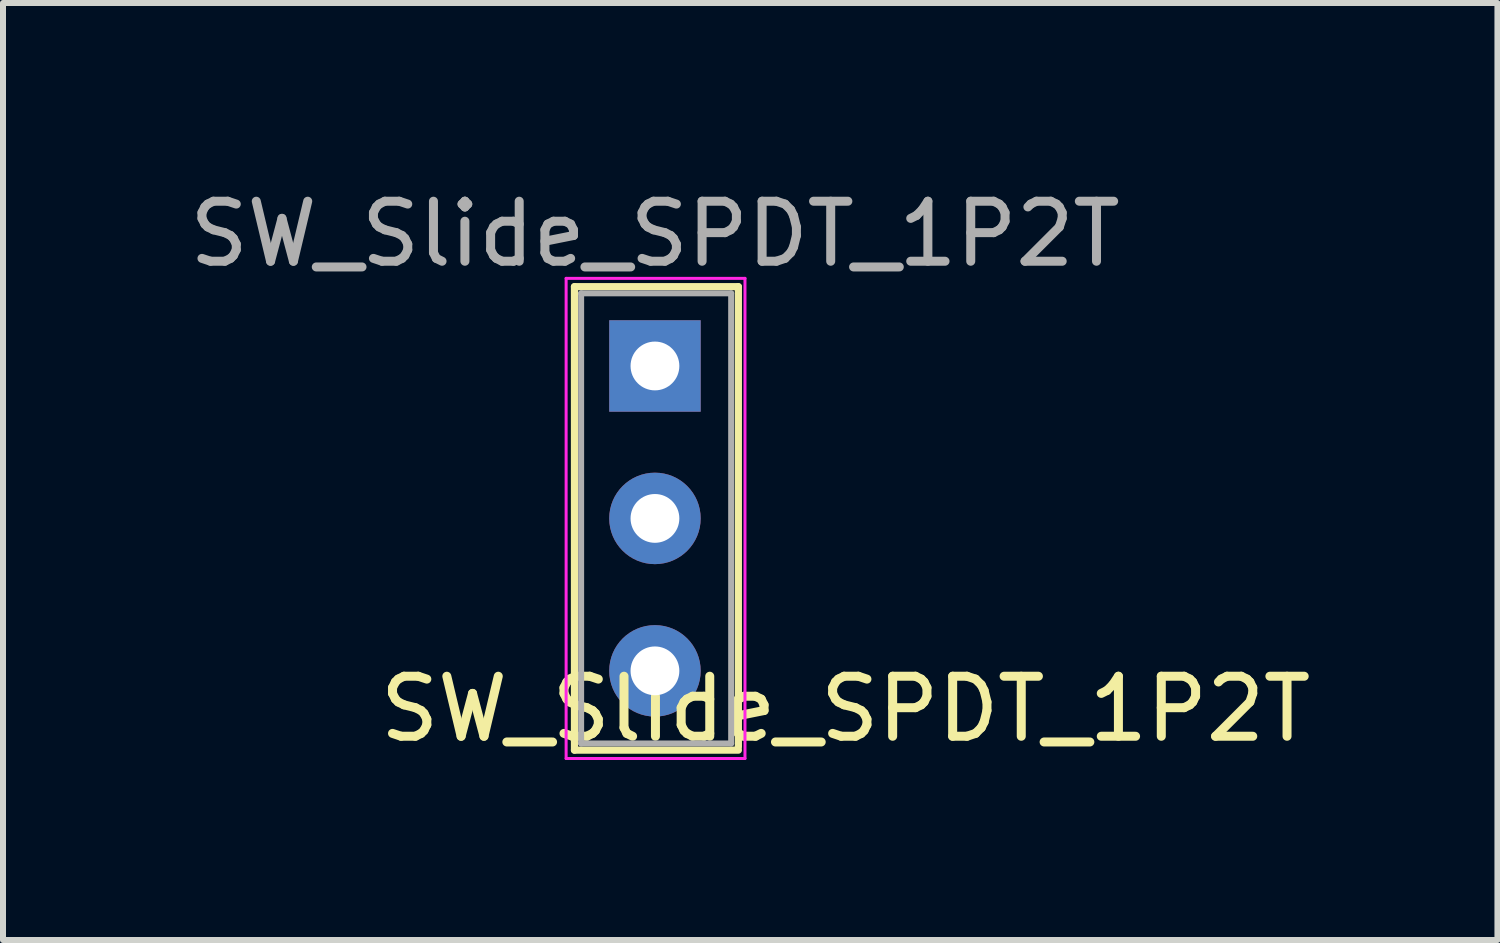
<source format=kicad_pcb>
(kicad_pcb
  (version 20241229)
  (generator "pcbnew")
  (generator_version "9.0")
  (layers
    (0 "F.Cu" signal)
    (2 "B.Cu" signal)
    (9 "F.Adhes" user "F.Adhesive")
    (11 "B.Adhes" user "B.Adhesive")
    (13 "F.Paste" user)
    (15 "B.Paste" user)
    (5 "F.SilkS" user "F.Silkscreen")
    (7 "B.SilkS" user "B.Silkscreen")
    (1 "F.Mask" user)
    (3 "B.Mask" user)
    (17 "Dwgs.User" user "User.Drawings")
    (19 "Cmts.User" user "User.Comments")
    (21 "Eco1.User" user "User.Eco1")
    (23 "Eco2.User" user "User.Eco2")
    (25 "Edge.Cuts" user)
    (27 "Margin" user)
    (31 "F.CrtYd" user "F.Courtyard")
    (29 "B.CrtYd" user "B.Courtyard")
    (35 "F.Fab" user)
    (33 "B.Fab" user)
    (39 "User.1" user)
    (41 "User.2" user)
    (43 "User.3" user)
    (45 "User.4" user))
  (footprint "SW_Slide_SPDT_1P2T"
    (layer "F.Cu")
    (at 7.863 3.048)
    (property "Reference" "SW_Slide_SPDT_1P2T" (at 3.175 5.715 0) (layer "F.SilkS") (effects (font (size 1 1) (thickness 0.15))))
    (attr through_hole)
    (fp_line (start -1.341 -1.321) (end 1.39 -1.321) (stroke (width 0.12) (type solid)) (layer "F.SilkS"))
    (fp_line (start -1.341 6.401) (end -1.341 -1.321) (stroke (width 0.12) (type solid)) (layer "F.SilkS"))
    (fp_line (start -1.341 6.401) (end 1.39 6.401) (stroke (width 0.12) (type solid)) (layer "F.SilkS"))
    (fp_line (start 1.39 -1.321) (end 1.39 6.35) (stroke (width 0.12) (type solid)) (layer "F.SilkS"))
    (fp_line (start -1.48 6.54) (end -1.48 -1.46) (stroke (width 0.05) (type solid)) (layer "F.CrtYd"))
    (fp_line (start -1.48 6.54) (end 1.5 6.54) (stroke (width 0.05) (type solid)) (layer "F.CrtYd"))
    (fp_line (start 1.5 -1.46) (end -1.48 -1.46) (stroke (width 0.05) (type solid)) (layer "F.CrtYd"))
    (fp_line (start 1.5 -1.46) (end 1.5 6.54) (stroke (width 0.05) (type solid)) (layer "F.CrtYd"))
    (fp_line (start -1.23 -1.21) (end 1.27 -1.21) (stroke (width 0.1) (type solid)) (layer "F.Fab"))
    (fp_line (start -1.23 6.29) (end -1.23 -1.21) (stroke (width 0.1) (type solid)) (layer "F.Fab"))
    (fp_line (start -1.23 6.29) (end 1.27 6.29) (stroke (width 0.1) (type solid)) (layer "F.Fab"))
    (fp_line (start 1.27 6.29) (end 1.27 -1.21) (stroke (width 0.1) (type solid)) (layer "F.Fab"))
    (fp_text user "${REFERENCE}" (at 0 -2.2 0) (layer "F.Fab") (effects (font (size 1 1) (thickness 0.15))))
    (pad "1" thru_hole rect (at 0 0) (size 1.524 1.524) (drill 0.813) (layers "*.Cu" "*.Mask"))
    (pad "2" thru_hole circle (at 0 2.54) (size 1.524 1.524) (drill 0.813) (layers "*.Cu" "*.Mask"))
    (pad "3" thru_hole circle (at 0 5.08) (size 1.524 1.524) (drill 0.813) (layers "*.Cu" "*.Mask")))
  (gr_rect
    (start -3 -3)
    (end 21.901 12.613)
    (stroke (width 0.1) (type default))
    (fill no)
    (layer "Edge.Cuts")))
</source>
